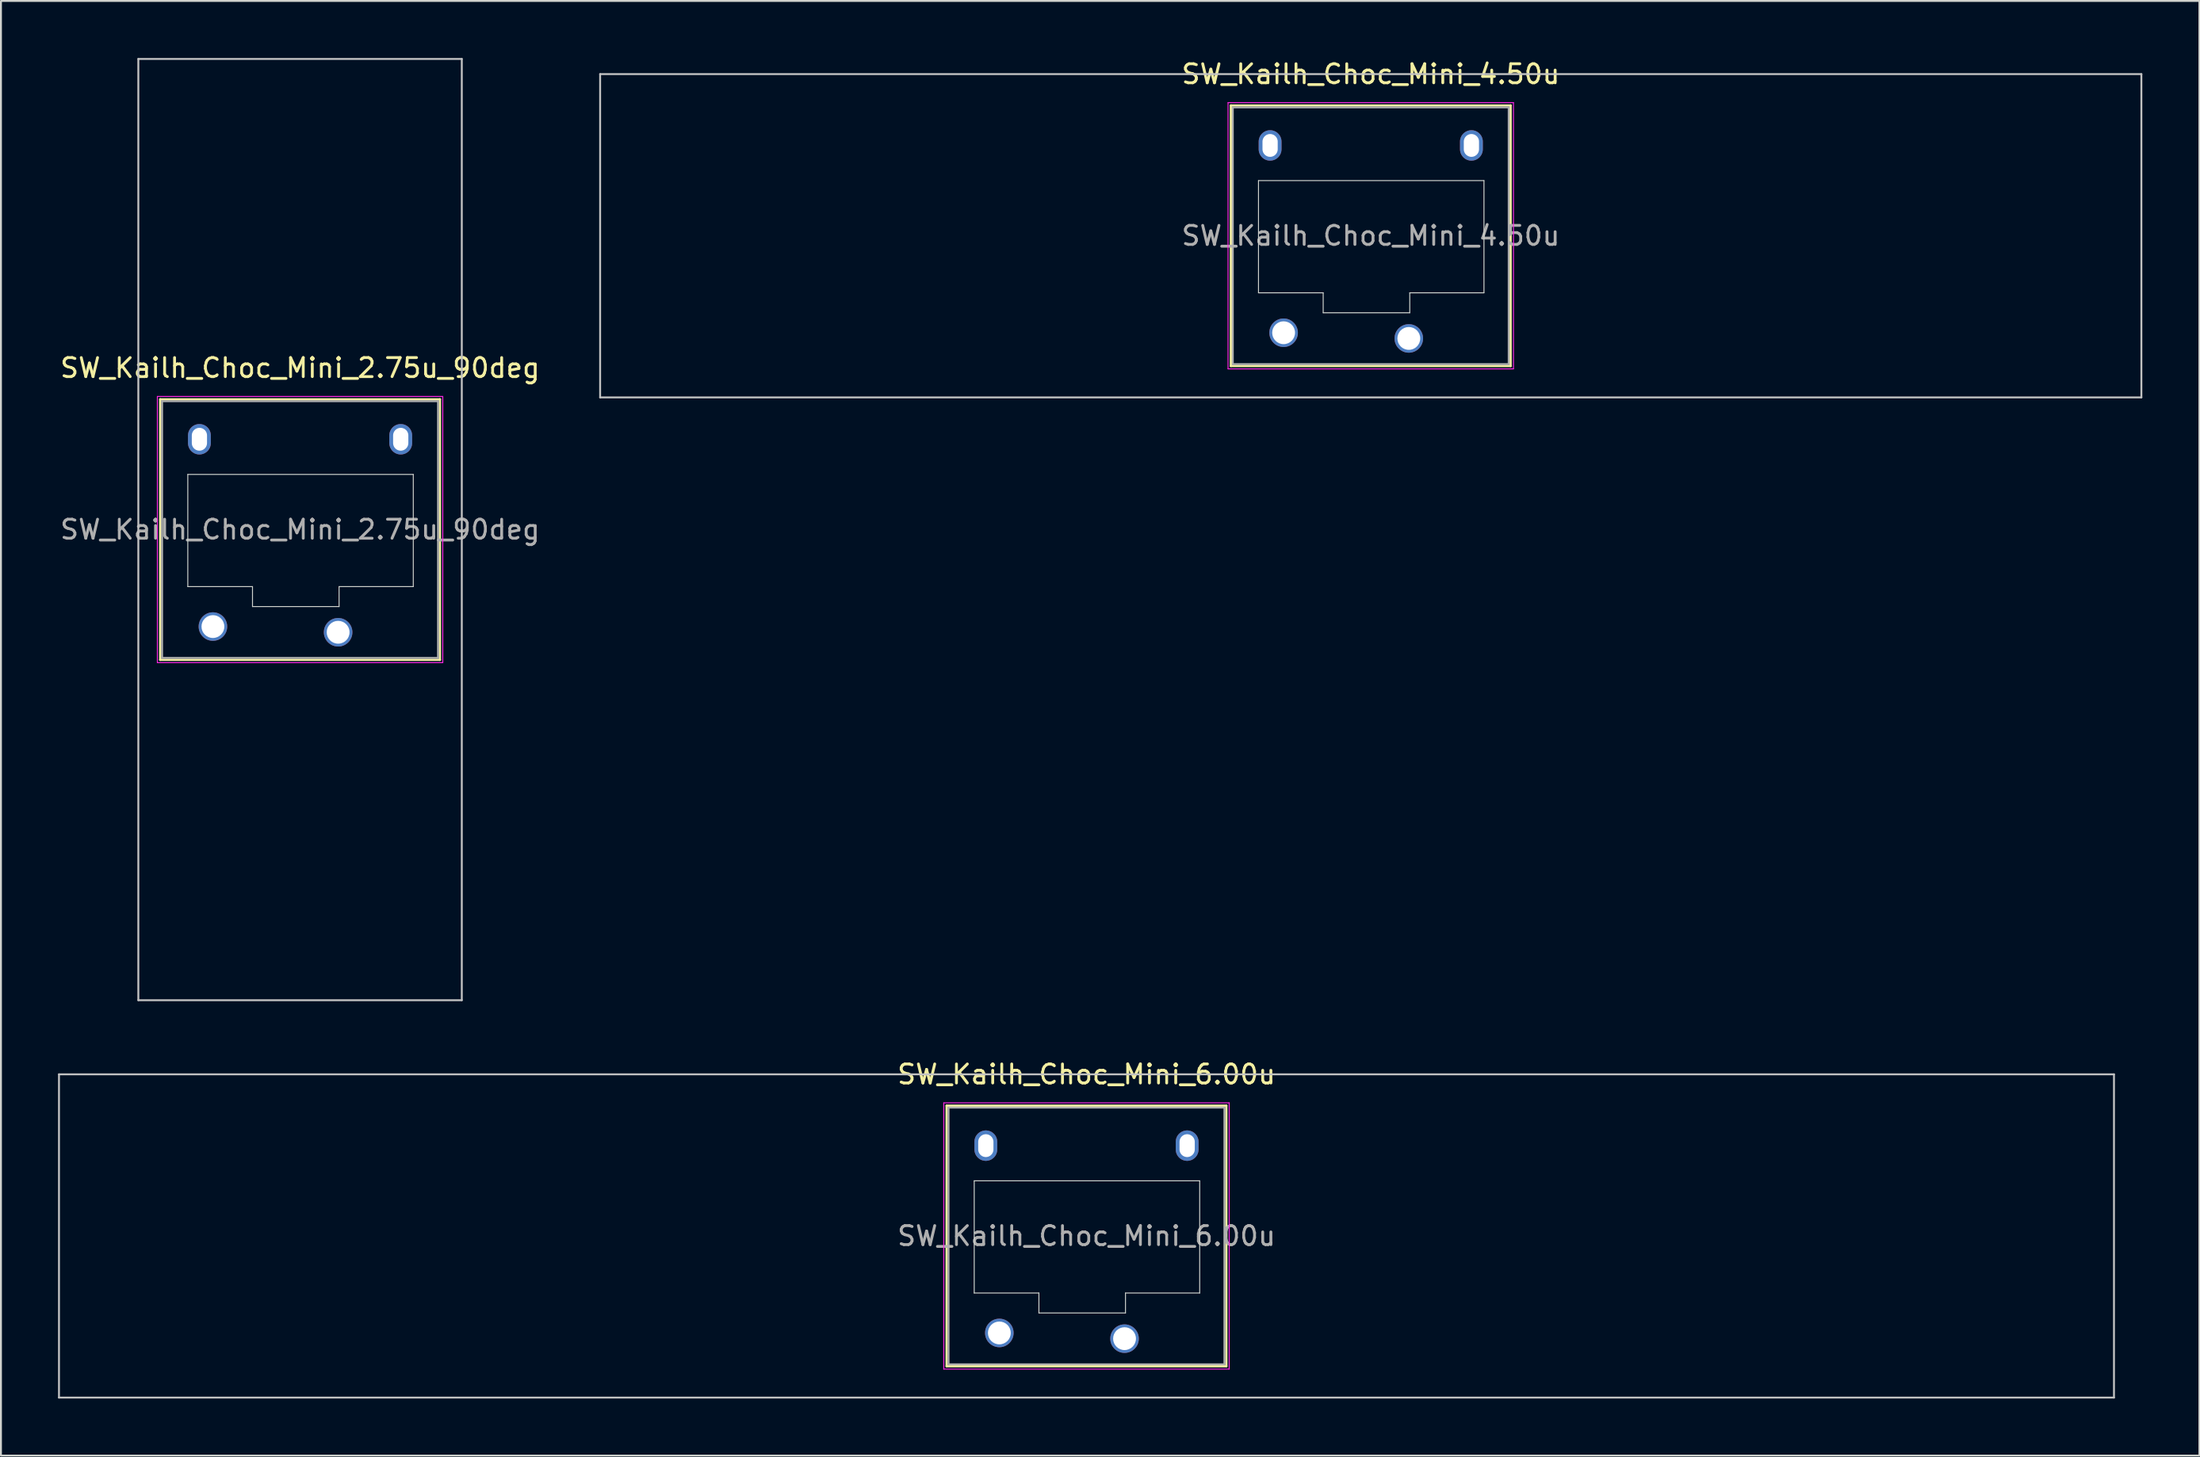
<source format=kicad_pcb>
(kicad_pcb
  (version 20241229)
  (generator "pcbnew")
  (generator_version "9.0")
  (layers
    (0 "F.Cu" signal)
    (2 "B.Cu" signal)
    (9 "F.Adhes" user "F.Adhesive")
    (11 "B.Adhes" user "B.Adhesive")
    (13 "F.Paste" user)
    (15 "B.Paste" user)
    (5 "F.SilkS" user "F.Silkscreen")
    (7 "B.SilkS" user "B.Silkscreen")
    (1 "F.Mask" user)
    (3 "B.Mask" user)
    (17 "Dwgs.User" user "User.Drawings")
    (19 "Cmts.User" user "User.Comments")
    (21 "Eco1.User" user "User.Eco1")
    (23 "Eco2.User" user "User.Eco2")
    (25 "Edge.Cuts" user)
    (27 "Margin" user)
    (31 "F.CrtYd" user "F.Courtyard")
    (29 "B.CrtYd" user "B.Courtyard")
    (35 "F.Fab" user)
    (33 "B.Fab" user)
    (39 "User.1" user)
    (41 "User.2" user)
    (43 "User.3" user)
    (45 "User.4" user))
  (footprint "SW_Kailh_Choc_Mini_4.50u"
    (layer "F.Cu")
    (at 68.99 9.348)
    (property "Reference" "SW_Kailh_Choc_Mini_4.50u" (at 0 -8.5 0) (layer "F.SilkS") (effects (font (size 1 1) (thickness 0.15))))
    (attr through_hole)
    (fp_line (start -7.35 -6.85) (end -7.35 6.85) (stroke (width 0.12) (type solid)) (layer "F.SilkS"))
    (fp_line (start -7.35 6.85) (end 7.35 6.85) (stroke (width 0.12) (type solid)) (layer "F.SilkS"))
    (fp_line (start 7.35 -6.85) (end -7.35 -6.85) (stroke (width 0.12) (type solid)) (layer "F.SilkS"))
    (fp_line (start 7.35 6.85) (end 7.35 -6.85) (stroke (width 0.12) (type solid)) (layer "F.SilkS"))
    (fp_line (start -40.5 -8.5) (end -40.5 8.5) (stroke (width 0.1) (type solid)) (layer "Dwgs.User"))
    (fp_line (start -40.5 8.5) (end 40.5 8.5) (stroke (width 0.1) (type solid)) (layer "Dwgs.User"))
    (fp_line (start 40.5 -8.5) (end -40.5 -8.5) (stroke (width 0.1) (type solid)) (layer "Dwgs.User"))
    (fp_line (start 40.5 8.5) (end 40.5 -8.5) (stroke (width 0.1) (type solid)) (layer "Dwgs.User"))
    (fp_line (start -6.85 -6.35) (end -6.85 6.35) (stroke (width 0.1) (type solid)) (layer "Eco1.User"))
    (fp_line (start -6.85 6.35) (end 6.85 6.35) (stroke (width 0.1) (type solid)) (layer "Eco1.User"))
    (fp_line (start 6.85 -6.35) (end -6.85 -6.35) (stroke (width 0.1) (type solid)) (layer "Eco1.User"))
    (fp_line (start 6.85 6.35) (end 6.85 -6.35) (stroke (width 0.1) (type solid)) (layer "Eco1.User"))
    (fp_line (start -5.9 -2.9) (end -5.9 3) (stroke (width 0.05) (type solid)) (layer "Edge.Cuts"))
    (fp_line (start -5.9 3) (end -2.5 3) (stroke (width 0.05) (type solid)) (layer "Edge.Cuts"))
    (fp_line (start -2.5 3) (end -2.5 4.05) (stroke (width 0.05) (type solid)) (layer "Edge.Cuts"))
    (fp_line (start -2.5 4.05) (end 2.05 4.05) (stroke (width 0.05) (type solid)) (layer "Edge.Cuts"))
    (fp_line (start 2.05 3) (end 5.95 3) (stroke (width 0.05) (type solid)) (layer "Edge.Cuts"))
    (fp_line (start 2.05 4.05) (end 2.05 3) (stroke (width 0.05) (type solid)) (layer "Edge.Cuts"))
    (fp_line (start 5.95 -2.9) (end -5.9 -2.9) (stroke (width 0.05) (type solid)) (layer "Edge.Cuts"))
    (fp_line (start 5.95 3) (end 5.95 -2.9) (stroke (width 0.05) (type solid)) (layer "Edge.Cuts"))
    (fp_line (start -7.5 -7) (end -7.5 7) (stroke (width 0.05) (type solid)) (layer "F.CrtYd"))
    (fp_line (start -7.5 7) (end 7.5 7) (stroke (width 0.05) (type solid)) (layer "F.CrtYd"))
    (fp_line (start 7.5 -7) (end -7.5 -7) (stroke (width 0.05) (type solid)) (layer "F.CrtYd"))
    (fp_line (start 7.5 7) (end 7.5 -7) (stroke (width 0.05) (type solid)) (layer "F.CrtYd"))
    (fp_line (start -7.25 -6.75) (end -7.25 6.75) (stroke (width 0.1) (type solid)) (layer "F.Fab"))
    (fp_line (start -7.25 6.75) (end 7.25 6.75) (stroke (width 0.1) (type solid)) (layer "F.Fab"))
    (fp_line (start 7.25 -6.75) (end -7.25 -6.75) (stroke (width 0.1) (type solid)) (layer "F.Fab"))
    (fp_line (start 7.25 6.75) (end 7.25 -6.75) (stroke (width 0.1) (type solid)) (layer "F.Fab"))
    (fp_text user "${REFERENCE}" (at 0 0 0) (layer "F.Fab") (effects (font (size 1 1) (thickness 0.15))))
    (pad "" np_thru_hole oval (at -5.29 -4.75) (size 1.2 1.6) (drill oval 0.8 1.2) (layers "*.Cu" "*.Mask"))
    (pad "" smd circle (at -4.58 5.1) (size 1.25 1.25) (layers "F.Mask"))
    (pad "" smd circle (at 2 5.4) (size 1.25 1.25) (layers "F.Mask"))
    (pad "" np_thru_hole oval (at 5.29 -4.75) (size 1.2 1.6) (drill oval 0.8 1.2) (layers "*.Cu" "*.Mask"))
    (pad "1" thru_hole circle (at 2 5.4) (size 1.5 1.5) (drill 1.2) (layers "*.Cu" "B.Mask"))
    (pad "2" thru_hole circle (at -4.58 5.1) (size 1.5 1.5) (drill 1.2) (layers "*.Cu" "B.Mask")))
  (footprint "SW_Kailh_Choc_Mini_2.75u_90deg"
    (layer "F.Cu")
    (at 12.72 24.8)
    (property "Reference" "SW_Kailh_Choc_Mini_2.75u_90deg" (at 0 -8.5 0) (layer "F.SilkS") (effects (font (size 1 1) (thickness 0.15))))
    (attr through_hole)
    (fp_line (start -7.35 -6.85) (end -7.35 6.85) (stroke (width 0.12) (type solid)) (layer "F.SilkS"))
    (fp_line (start -7.35 6.85) (end 7.35 6.85) (stroke (width 0.12) (type solid)) (layer "F.SilkS"))
    (fp_line (start 7.35 -6.85) (end -7.35 -6.85) (stroke (width 0.12) (type solid)) (layer "F.SilkS"))
    (fp_line (start 7.35 6.85) (end 7.35 -6.85) (stroke (width 0.12) (type solid)) (layer "F.SilkS"))
    (fp_line (start -8.5 -24.75) (end 8.5 -24.75) (stroke (width 0.1) (type solid)) (layer "Dwgs.User"))
    (fp_line (start -8.5 24.75) (end -8.5 -24.75) (stroke (width 0.1) (type solid)) (layer "Dwgs.User"))
    (fp_line (start 8.5 -24.75) (end 8.5 24.75) (stroke (width 0.1) (type solid)) (layer "Dwgs.User"))
    (fp_line (start 8.5 24.75) (end -8.5 24.75) (stroke (width 0.1) (type solid)) (layer "Dwgs.User"))
    (fp_line (start -6.85 -6.35) (end -6.85 6.35) (stroke (width 0.1) (type solid)) (layer "Eco1.User"))
    (fp_line (start -6.85 6.35) (end 6.85 6.35) (stroke (width 0.1) (type solid)) (layer "Eco1.User"))
    (fp_line (start 6.85 -6.35) (end -6.85 -6.35) (stroke (width 0.1) (type solid)) (layer "Eco1.User"))
    (fp_line (start 6.85 6.35) (end 6.85 -6.35) (stroke (width 0.1) (type solid)) (layer "Eco1.User"))
    (fp_line (start -5.9 -2.9) (end -5.9 3) (stroke (width 0.05) (type solid)) (layer "Edge.Cuts"))
    (fp_line (start -5.9 3) (end -2.5 3) (stroke (width 0.05) (type solid)) (layer "Edge.Cuts"))
    (fp_line (start -2.5 3) (end -2.5 4.05) (stroke (width 0.05) (type solid)) (layer "Edge.Cuts"))
    (fp_line (start -2.5 4.05) (end 2.05 4.05) (stroke (width 0.05) (type solid)) (layer "Edge.Cuts"))
    (fp_line (start 2.05 3) (end 5.95 3) (stroke (width 0.05) (type solid)) (layer "Edge.Cuts"))
    (fp_line (start 2.05 4.05) (end 2.05 3) (stroke (width 0.05) (type solid)) (layer "Edge.Cuts"))
    (fp_line (start 5.95 -2.9) (end -5.9 -2.9) (stroke (width 0.05) (type solid)) (layer "Edge.Cuts"))
    (fp_line (start 5.95 3) (end 5.95 -2.9) (stroke (width 0.05) (type solid)) (layer "Edge.Cuts"))
    (fp_line (start -7.5 -7) (end -7.5 7) (stroke (width 0.05) (type solid)) (layer "F.CrtYd"))
    (fp_line (start -7.5 7) (end 7.5 7) (stroke (width 0.05) (type solid)) (layer "F.CrtYd"))
    (fp_line (start 7.5 -7) (end -7.5 -7) (stroke (width 0.05) (type solid)) (layer "F.CrtYd"))
    (fp_line (start 7.5 7) (end 7.5 -7) (stroke (width 0.05) (type solid)) (layer "F.CrtYd"))
    (fp_line (start -7.25 -6.75) (end -7.25 6.75) (stroke (width 0.1) (type solid)) (layer "F.Fab"))
    (fp_line (start -7.25 6.75) (end 7.25 6.75) (stroke (width 0.1) (type solid)) (layer "F.Fab"))
    (fp_line (start 7.25 -6.75) (end -7.25 -6.75) (stroke (width 0.1) (type solid)) (layer "F.Fab"))
    (fp_line (start 7.25 6.75) (end 7.25 -6.75) (stroke (width 0.1) (type solid)) (layer "F.Fab"))
    (fp_text user "${REFERENCE}" (at 0 0 0) (layer "F.Fab") (effects (font (size 1 1) (thickness 0.15))))
    (pad "" np_thru_hole oval (at -5.29 -4.75) (size 1.2 1.6) (drill oval 0.8 1.2) (layers "*.Cu" "*.Mask"))
    (pad "" smd circle (at -4.58 5.1) (size 1.25 1.25) (layers "F.Mask"))
    (pad "" smd circle (at 2 5.4) (size 1.25 1.25) (layers "F.Mask"))
    (pad "" np_thru_hole oval (at 5.29 -4.75) (size 1.2 1.6) (drill oval 0.8 1.2) (layers "*.Cu" "*.Mask"))
    (pad "1" thru_hole circle (at 2 5.4) (size 1.5 1.5) (drill 1.2) (layers "*.Cu" "B.Mask"))
    (pad "2" thru_hole circle (at -4.58 5.1) (size 1.5 1.5) (drill 1.2) (layers "*.Cu" "B.Mask")))
  (footprint "SW_Kailh_Choc_Mini_6.00u"
    (layer "F.Cu")
    (at 54.05 61.948)
    (property "Reference" "SW_Kailh_Choc_Mini_6.00u" (at 0 -8.5 0) (layer "F.SilkS") (effects (font (size 1 1) (thickness 0.15))))
    (attr through_hole)
    (fp_line (start -7.35 -6.85) (end -7.35 6.85) (stroke (width 0.12) (type solid)) (layer "F.SilkS"))
    (fp_line (start -7.35 6.85) (end 7.35 6.85) (stroke (width 0.12) (type solid)) (layer "F.SilkS"))
    (fp_line (start 7.35 -6.85) (end -7.35 -6.85) (stroke (width 0.12) (type solid)) (layer "F.SilkS"))
    (fp_line (start 7.35 6.85) (end 7.35 -6.85) (stroke (width 0.12) (type solid)) (layer "F.SilkS"))
    (fp_line (start -54 -8.5) (end -54 8.5) (stroke (width 0.1) (type solid)) (layer "Dwgs.User"))
    (fp_line (start -54 8.5) (end 54 8.5) (stroke (width 0.1) (type solid)) (layer "Dwgs.User"))
    (fp_line (start 54 -8.5) (end -54 -8.5) (stroke (width 0.1) (type solid)) (layer "Dwgs.User"))
    (fp_line (start 54 8.5) (end 54 -8.5) (stroke (width 0.1) (type solid)) (layer "Dwgs.User"))
    (fp_line (start -6.85 -6.35) (end -6.85 6.35) (stroke (width 0.1) (type solid)) (layer "Eco1.User"))
    (fp_line (start -6.85 6.35) (end 6.85 6.35) (stroke (width 0.1) (type solid)) (layer "Eco1.User"))
    (fp_line (start 6.85 -6.35) (end -6.85 -6.35) (stroke (width 0.1) (type solid)) (layer "Eco1.User"))
    (fp_line (start 6.85 6.35) (end 6.85 -6.35) (stroke (width 0.1) (type solid)) (layer "Eco1.User"))
    (fp_line (start -5.9 -2.9) (end -5.9 3) (stroke (width 0.05) (type solid)) (layer "Edge.Cuts"))
    (fp_line (start -5.9 3) (end -2.5 3) (stroke (width 0.05) (type solid)) (layer "Edge.Cuts"))
    (fp_line (start -2.5 3) (end -2.5 4.05) (stroke (width 0.05) (type solid)) (layer "Edge.Cuts"))
    (fp_line (start -2.5 4.05) (end 2.05 4.05) (stroke (width 0.05) (type solid)) (layer "Edge.Cuts"))
    (fp_line (start 2.05 3) (end 5.95 3) (stroke (width 0.05) (type solid)) (layer "Edge.Cuts"))
    (fp_line (start 2.05 4.05) (end 2.05 3) (stroke (width 0.05) (type solid)) (layer "Edge.Cuts"))
    (fp_line (start 5.95 -2.9) (end -5.9 -2.9) (stroke (width 0.05) (type solid)) (layer "Edge.Cuts"))
    (fp_line (start 5.95 3) (end 5.95 -2.9) (stroke (width 0.05) (type solid)) (layer "Edge.Cuts"))
    (fp_line (start -7.5 -7) (end -7.5 7) (stroke (width 0.05) (type solid)) (layer "F.CrtYd"))
    (fp_line (start -7.5 7) (end 7.5 7) (stroke (width 0.05) (type solid)) (layer "F.CrtYd"))
    (fp_line (start 7.5 -7) (end -7.5 -7) (stroke (width 0.05) (type solid)) (layer "F.CrtYd"))
    (fp_line (start 7.5 7) (end 7.5 -7) (stroke (width 0.05) (type solid)) (layer "F.CrtYd"))
    (fp_line (start -7.25 -6.75) (end -7.25 6.75) (stroke (width 0.1) (type solid)) (layer "F.Fab"))
    (fp_line (start -7.25 6.75) (end 7.25 6.75) (stroke (width 0.1) (type solid)) (layer "F.Fab"))
    (fp_line (start 7.25 -6.75) (end -7.25 -6.75) (stroke (width 0.1) (type solid)) (layer "F.Fab"))
    (fp_line (start 7.25 6.75) (end 7.25 -6.75) (stroke (width 0.1) (type solid)) (layer "F.Fab"))
    (fp_text user "${REFERENCE}" (at 0 0 0) (layer "F.Fab") (effects (font (size 1 1) (thickness 0.15))))
    (pad "" np_thru_hole oval (at -5.29 -4.75) (size 1.2 1.6) (drill oval 0.8 1.2) (layers "*.Cu" "*.Mask"))
    (pad "" smd circle (at -4.58 5.1) (size 1.25 1.25) (layers "F.Mask"))
    (pad "" smd circle (at 2 5.4) (size 1.25 1.25) (layers "F.Mask"))
    (pad "" np_thru_hole oval (at 5.29 -4.75) (size 1.2 1.6) (drill oval 0.8 1.2) (layers "*.Cu" "*.Mask"))
    (pad "1" thru_hole circle (at 2 5.4) (size 1.5 1.5) (drill 1.2) (layers "*.Cu" "B.Mask"))
    (pad "2" thru_hole circle (at -4.58 5.1) (size 1.5 1.5) (drill 1.2) (layers "*.Cu" "B.Mask")))
  (gr_rect
    (start -3 -3)
    (end 112.54 73.498)
    (stroke (width 0.1) (type default))
    (fill no)
    (layer "Edge.Cuts")))
</source>
